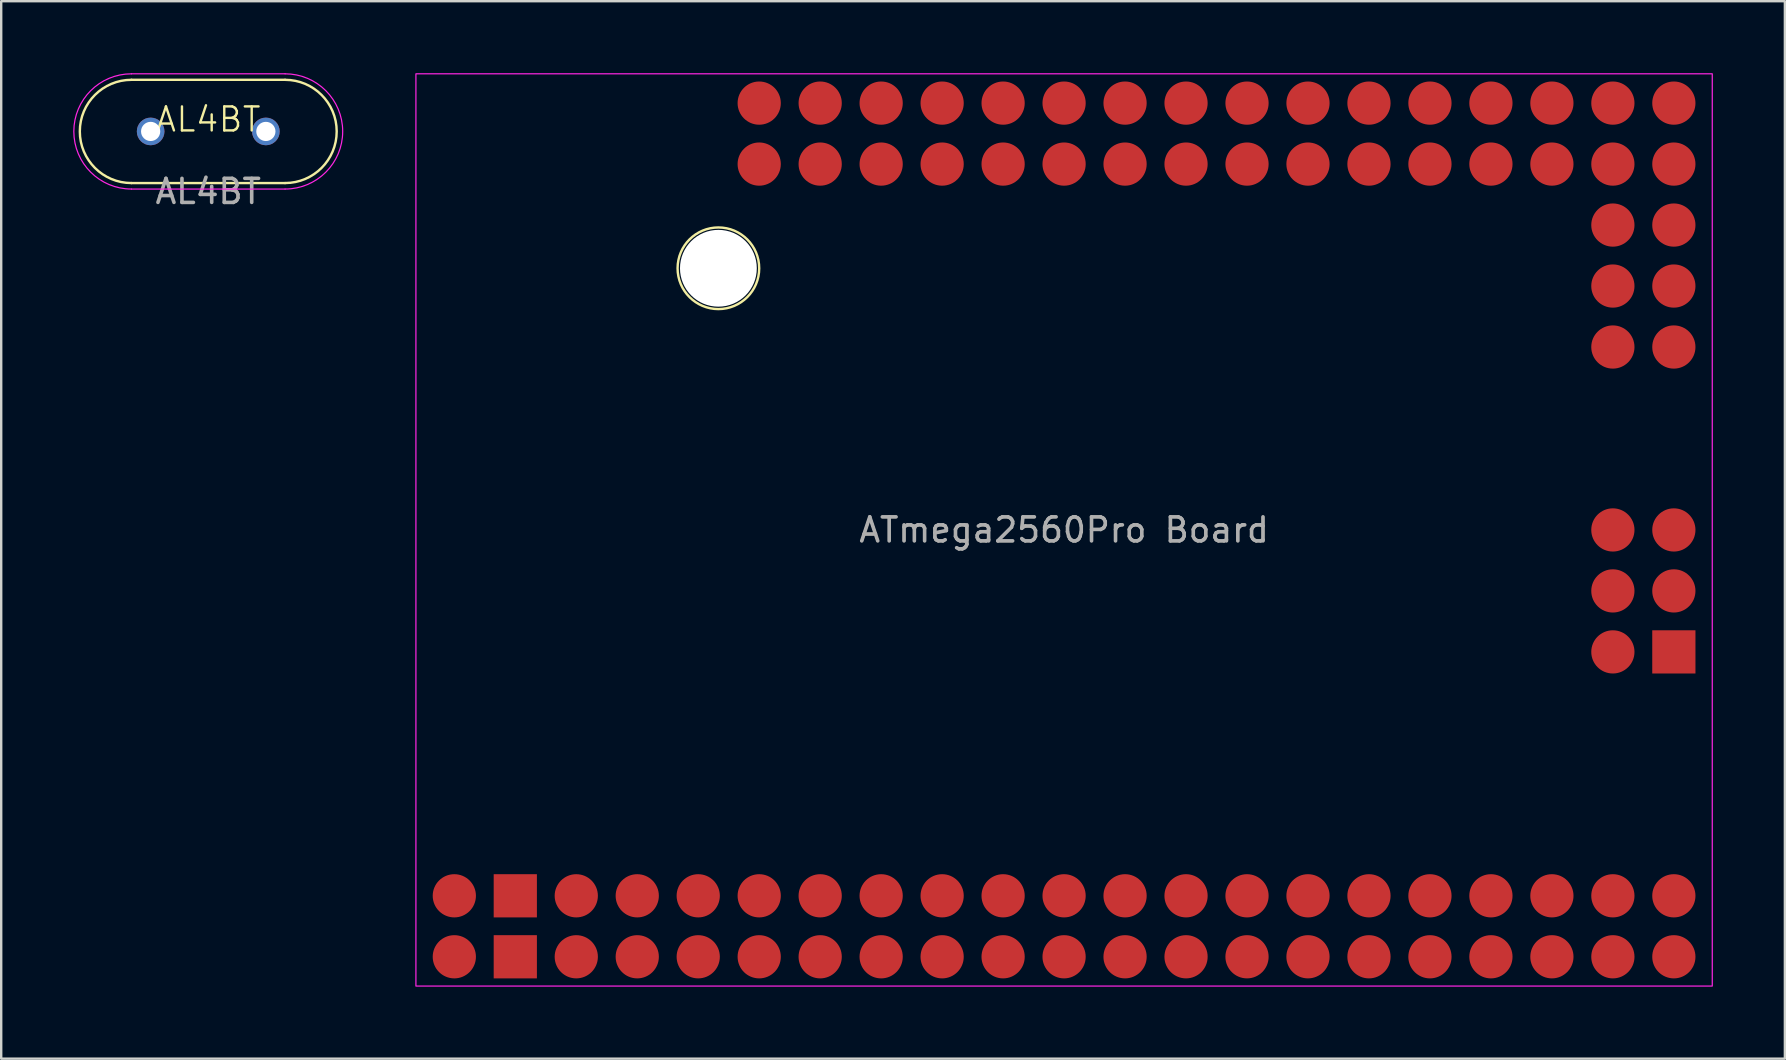
<source format=kicad_pcb>
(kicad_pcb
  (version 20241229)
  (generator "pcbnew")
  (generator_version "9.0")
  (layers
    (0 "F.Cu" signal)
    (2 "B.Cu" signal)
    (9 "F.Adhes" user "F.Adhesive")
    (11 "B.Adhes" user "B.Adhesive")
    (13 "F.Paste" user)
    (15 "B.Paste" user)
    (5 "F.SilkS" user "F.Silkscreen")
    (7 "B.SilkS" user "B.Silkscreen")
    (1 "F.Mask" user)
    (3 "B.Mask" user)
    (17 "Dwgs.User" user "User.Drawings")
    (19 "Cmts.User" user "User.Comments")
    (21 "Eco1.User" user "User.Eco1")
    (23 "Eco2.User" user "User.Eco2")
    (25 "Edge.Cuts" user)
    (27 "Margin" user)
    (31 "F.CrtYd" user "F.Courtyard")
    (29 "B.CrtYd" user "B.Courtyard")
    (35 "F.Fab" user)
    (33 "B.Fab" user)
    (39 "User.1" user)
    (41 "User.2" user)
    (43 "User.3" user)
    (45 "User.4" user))
  (footprint "AL4BT"
    (layer "F.Cu")
    (at 5.625 2.425)
    (property "Reference" "AL4BT" (at 0 -0.5 0) (unlocked yes) (layer "F.SilkS") (effects (font (size 1 1) (thickness 0.1))))
    (attr through_hole)
    (fp_line (start -3.2 -2.15) (end 3.2 -2.15) (stroke (width 0.1) (type default)) (layer "F.SilkS"))
    (fp_line (start -3.2 2.15) (end 3.2 2.15) (stroke (width 0.1) (type default)) (layer "F.SilkS"))
    (fp_arc (start -3.2 2.15) (mid -5.35 0) (end -3.2 -2.15) (stroke (width 0.1) (type default)) (layer "F.SilkS"))
    (fp_arc (start 3.2 -2.15) (mid 5.35 0) (end 3.2 2.15) (stroke (width 0.1) (type default)) (layer "F.SilkS"))
    (fp_line (start -3.2 -2.4) (end 3.2 -2.4) (stroke (width 0.05) (type default)) (layer "F.CrtYd"))
    (fp_line (start -3.2 2.4) (end 3.2 2.4) (stroke (width 0.05) (type default)) (layer "F.CrtYd"))
    (fp_arc (start -3.2 2.4) (mid -5.6 0) (end -3.2 -2.4) (stroke (width 0.05) (type default)) (layer "F.CrtYd"))
    (fp_arc (start 3.2 -2.4) (mid 5.6 0) (end 3.2 2.4) (stroke (width 0.05) (type default)) (layer "F.CrtYd"))
    (fp_text user "${REFERENCE}" (at 0 2.5 0) (unlocked yes) (layer "F.Fab") (effects (font (size 1 1) (thickness 0.15))))
    (pad "1" thru_hole circle (at -2.4 0) (size 1.15 1.15) (drill 0.8) (layers "*.Cu" "*.Mask"))
    (pad "2" thru_hole circle (at 2.4 0) (size 1.15 1.15) (drill 0.8) (layers "*.Cu" "*.Mask")))
  (footprint "ATmega2560Pro Board"
    (layer "F.Cu")
    (at 41.275 19.025)
    (property "Reference" "ATmega2560Pro Board" (at 0 0 0) (unlocked yes) (layer "F.SilkS") (effects (font (size 1 1) (thickness 0.1))))
    (attr smd)
    (fp_circle (center -14.4 -10.9) (end -12.7 -10.9) (stroke (width 0.1) (type default)) (fill no) (layer "F.SilkS"))
    (fp_rect (start -27 -19) (end 27 19) (stroke (width 0.05) (type default)) (fill no) (layer "F.CrtYd"))
    (fp_text user "${REFERENCE}" (at 0 0 0) (unlocked yes) (layer "F.Fab") (effects (font (size 1 1) (thickness 0.15))))
    (pad "" np_thru_hole circle (at -14.4 -10.9) (size 3.2 3.2) (drill 3.2) (layers "*.Cu" "*.Mask"))
    (pad "3V3" smd circle (at -17.78 15.24 180) (size 1.8 1.8) (layers "F.Cu" "F.Mask" "F.Paste"))
    (pad "3V3" smd circle (at -17.78 17.78 180) (size 1.8 1.8) (layers "F.Cu" "F.Mask" "F.Paste"))
    (pad "5V" smd oval (at -20.32 15.24 180) (size 1.8 1.8) (layers "F.Cu" "F.Mask" "F.Paste"))
    (pad "5V" smd oval (at -20.32 17.78 180) (size 1.8 1.8) (layers "F.Cu" "F.Mask" "F.Paste"))
    (pad "5V" smd circle (at 25.4 0 180) (size 1.8 1.8) (layers "F.Cu" "F.Mask" "F.Paste"))
    (pad "A0" smd circle (at -12.7 -17.78 180) (size 1.8 1.8) (layers "F.Cu" "F.Mask" "F.Paste"))
    (pad "A1" smd circle (at -12.7 -15.24 180) (size 1.8 1.8) (layers "F.Cu" "F.Mask" "F.Paste"))
    (pad "A2" smd circle (at -10.16 -17.78 180) (size 1.8 1.8) (layers "F.Cu" "F.Mask" "F.Paste"))
    (pad "A3" smd circle (at -10.16 -15.24 180) (size 1.8 1.8) (layers "F.Cu" "F.Mask" "F.Paste"))
    (pad "A4" smd circle (at -7.62 -17.78 180) (size 1.8 1.8) (layers "F.Cu" "F.Mask" "F.Paste"))
    (pad "A5" smd circle (at -7.62 -15.24 180) (size 1.8 1.8) (layers "F.Cu" "F.Mask" "F.Paste"))
    (pad "A6" smd circle (at -5.08 -17.78 180) (size 1.8 1.8) (layers "F.Cu" "F.Mask" "F.Paste"))
    (pad "A7" smd circle (at -5.08 -15.24 180) (size 1.8 1.8) (layers "F.Cu" "F.Mask" "F.Paste"))
    (pad "A8" smd circle (at -2.54 -17.78 180) (size 1.8 1.8) (layers "F.Cu" "F.Mask" "F.Paste"))
    (pad "A9" smd circle (at -2.54 -15.24 180) (size 1.8 1.8) (layers "F.Cu" "F.Mask" "F.Paste"))
    (pad "A10" smd circle (at 0 -17.78 180) (size 1.8 1.8) (layers "F.Cu" "F.Mask" "F.Paste"))
    (pad "A11" smd circle (at 0 -15.24 180) (size 1.8 1.8) (layers "F.Cu" "F.Mask" "F.Paste"))
    (pad "A12" smd circle (at 2.54 -17.78 180) (size 1.8 1.8) (layers "F.Cu" "F.Mask" "F.Paste"))
    (pad "A13" smd circle (at 2.54 -15.24 180) (size 1.8 1.8) (layers "F.Cu" "F.Mask" "F.Paste"))
    (pad "A14" smd circle (at 5.08 -17.78 180) (size 1.8 1.8) (layers "F.Cu" "F.Mask" "F.Paste"))
    (pad "A15" smd circle (at 5.08 -15.24 180) (size 1.8 1.8) (layers "F.Cu" "F.Mask" "F.Paste"))
    (pad "AREF" smd circle (at -15.24 15.24 180) (size 1.8 1.8) (layers "F.Cu" "F.Mask" "F.Paste"))
    (pad "D2" smd circle (at -10.16 15.24 180) (size 1.8 1.8) (layers "F.Cu" "F.Mask" "F.Paste"))
    (pad "D3" smd circle (at -10.16 17.78 180) (size 1.8 1.8) (layers "F.Cu" "F.Mask" "F.Paste"))
    (pad "D4" smd circle (at -7.62 15.24 180) (size 1.8 1.8) (layers "F.Cu" "F.Mask" "F.Paste"))
    (pad "D5" smd circle (at -7.62 17.78 180) (size 1.8 1.8) (layers "F.Cu" "F.Mask" "F.Paste"))
    (pad "D6" smd circle (at -5.08 15.24 180) (size 1.8 1.8) (layers "F.Cu" "F.Mask" "F.Paste"))
    (pad "D7" smd circle (at -5.08 17.78 180) (size 1.8 1.8) (layers "F.Cu" "F.Mask" "F.Paste"))
    (pad "D8" smd circle (at -2.54 15.24 180) (size 1.8 1.8) (layers "F.Cu" "F.Mask" "F.Paste"))
    (pad "D9" smd circle (at -2.54 17.78 180) (size 1.8 1.8) (layers "F.Cu" "F.Mask" "F.Paste"))
    (pad "D10" smd circle (at 0 15.24 180) (size 1.8 1.8) (layers "F.Cu" "F.Mask" "F.Paste"))
    (pad "D11" smd circle (at 0 17.78 180) (size 1.8 1.8) (layers "F.Cu" "F.Mask" "F.Paste"))
    (pad "D12" smd circle (at 2.54 15.24 180) (size 1.8 1.8) (layers "F.Cu" "F.Mask" "F.Paste"))
    (pad "D13" smd circle (at 2.54 17.78 180) (size 1.8 1.8) (layers "F.Cu" "F.Mask" "F.Paste"))
    (pad "D14" smd circle (at 5.08 15.24 180) (size 1.8 1.8) (layers "F.Cu" "F.Mask" "F.Paste"))
    (pad "D15" smd circle (at 5.08 17.78 180) (size 1.8 1.8) (layers "F.Cu" "F.Mask" "F.Paste"))
    (pad "D16" smd circle (at 7.62 15.24 180) (size 1.8 1.8) (layers "F.Cu" "F.Mask" "F.Paste"))
    (pad "D17" smd circle (at 7.62 17.78 180) (size 1.8 1.8) (layers "F.Cu" "F.Mask" "F.Paste"))
    (pad "D18" smd circle (at 10.16 15.24 180) (size 1.8 1.8) (layers "F.Cu" "F.Mask" "F.Paste"))
    (pad "D19" smd circle (at 10.16 17.78 180) (size 1.8 1.8) (layers "F.Cu" "F.Mask" "F.Paste"))
    (pad "D20" smd circle (at 12.7 15.24 180) (size 1.8 1.8) (layers "F.Cu" "F.Mask" "F.Paste"))
    (pad "D21" smd circle (at 12.7 17.78 180) (size 1.8 1.8) (layers "F.Cu" "F.Mask" "F.Paste"))
    (pad "D22" smd circle (at 15.24 15.24 180) (size 1.8 1.8) (layers "F.Cu" "F.Mask" "F.Paste"))
    (pad "D23" smd circle (at 15.24 17.78 180) (size 1.8 1.8) (layers "F.Cu" "F.Mask" "F.Paste"))
    (pad "D24" smd circle (at 17.78 15.24 180) (size 1.8 1.8) (layers "F.Cu" "F.Mask" "F.Paste"))
    (pad "D25" smd circle (at 17.78 17.78 180) (size 1.8 1.8) (layers "F.Cu" "F.Mask" "F.Paste"))
    (pad "D26" smd circle (at 20.32 15.24 180) (size 1.8 1.8) (layers "F.Cu" "F.Mask" "F.Paste"))
    (pad "D27" smd circle (at 20.32 17.78 180) (size 1.8 1.8) (layers "F.Cu" "F.Mask" "F.Paste"))
    (pad "D28" smd circle (at 22.86 15.24 180) (size 1.8 1.8) (layers "F.Cu" "F.Mask" "F.Paste"))
    (pad "D29" smd circle (at 22.86 17.78 180) (size 1.8 1.8) (layers "F.Cu" "F.Mask" "F.Paste"))
    (pad "D30" smd circle (at 25.4 15.24 180) (size 1.8 1.8) (layers "F.Cu" "F.Mask" "F.Paste"))
    (pad "D31" smd circle (at 25.4 17.78 180) (size 1.8 1.8) (layers "F.Cu" "F.Mask" "F.Paste"))
    (pad "D32" smd circle (at 7.62 -17.78 180) (size 1.8 1.8) (layers "F.Cu" "F.Mask" "F.Paste"))
    (pad "D33" smd circle (at 7.62 -15.24 180) (size 1.8 1.8) (layers "F.Cu" "F.Mask" "F.Paste"))
    (pad "D34" smd circle (at 10.16 -17.78 180) (size 1.8 1.8) (layers "F.Cu" "F.Mask" "F.Paste"))
    (pad "D35" smd circle (at 10.16 -15.24 180) (size 1.8 1.8) (layers "F.Cu" "F.Mask" "F.Paste"))
    (pad "D36" smd circle (at 12.7 -17.78 180) (size 1.8 1.8) (layers "F.Cu" "F.Mask" "F.Paste"))
    (pad "D37" smd circle (at 12.7 -15.24 180) (size 1.8 1.8) (layers "F.Cu" "F.Mask" "F.Paste"))
    (pad "D38" smd circle (at 15.24 -17.78 180) (size 1.8 1.8) (layers "F.Cu" "F.Mask" "F.Paste"))
    (pad "D39" smd circle (at 15.24 -15.24 180) (size 1.8 1.8) (layers "F.Cu" "F.Mask" "F.Paste"))
    (pad "D40" smd circle (at 17.78 -17.78 180) (size 1.8 1.8) (layers "F.Cu" "F.Mask" "F.Paste"))
    (pad "D41" smd circle (at 17.78 -15.24 180) (size 1.8 1.8) (layers "F.Cu" "F.Mask" "F.Paste"))
    (pad "D42" smd circle (at 20.32 -17.78 180) (size 1.8 1.8) (layers "F.Cu" "F.Mask" "F.Paste"))
    (pad "D43" smd circle (at 20.32 -15.24 180) (size 1.8 1.8) (layers "F.Cu" "F.Mask" "F.Paste"))
    (pad "D44" smd circle (at 22.86 -17.78 180) (size 1.8 1.8) (layers "F.Cu" "F.Mask" "F.Paste"))
    (pad "D45" smd circle (at 22.86 -15.24 180) (size 1.8 1.8) (layers "F.Cu" "F.Mask" "F.Paste"))
    (pad "D46" smd circle (at 25.4 -17.78 180) (size 1.8 1.8) (layers "F.Cu" "F.Mask" "F.Paste"))
    (pad "D47" smd circle (at 25.4 -15.24 180) (size 1.8 1.8) (layers "F.Cu" "F.Mask" "F.Paste"))
    (pad "D48" smd circle (at 25.4 -12.7 180) (size 1.8 1.8) (layers "F.Cu" "F.Mask" "F.Paste"))
    (pad "D49" smd circle (at 22.86 -12.7 180) (size 1.8 1.8) (layers "F.Cu" "F.Mask" "F.Paste"))
    (pad "D50" smd circle (at 25.4 -10.16 180) (size 1.8 1.8) (layers "F.Cu" "F.Mask" "F.Paste"))
    (pad "D51" smd circle (at 22.86 -10.16 180) (size 1.8 1.8) (layers "F.Cu" "F.Mask" "F.Paste"))
    (pad "D52" smd circle (at 25.4 -7.62 180) (size 1.8 1.8) (layers "F.Cu" "F.Mask" "F.Paste"))
    (pad "D53" smd circle (at 22.86 -7.62 180) (size 1.8 1.8) (layers "F.Cu" "F.Mask" "F.Paste"))
    (pad "GND" smd rect (at -22.86 15.24 180) (size 1.8 1.8) (layers "F.Cu" "F.Mask" "F.Paste"))
    (pad "GND" smd rect (at -22.86 17.78 180) (size 1.8 1.8) (layers "F.Cu" "F.Mask" "F.Paste"))
    (pad "GND" smd rect (at 25.4 5.08 180) (size 1.8 1.8) (layers "F.Cu" "F.Mask" "F.Paste"))
    (pad "MISO" smd circle (at 22.86 0 180) (size 1.8 1.8) (layers "F.Cu" "F.Mask" "F.Paste"))
    (pad "MOSI" smd circle (at 25.4 2.54 180) (size 1.8 1.8) (layers "F.Cu" "F.Mask" "F.Paste"))
    (pad "RESET" smd circle (at 22.86 5.08 180) (size 1.8 1.8) (layers "F.Cu" "F.Mask" "F.Paste"))
    (pad "RST" smd circle (at -15.24 17.78 180) (size 1.8 1.8) (layers "F.Cu" "F.Mask" "F.Paste"))
    (pad "RX" smd circle (at -12.7 15.24 180) (size 1.8 1.8) (layers "F.Cu" "F.Mask" "F.Paste"))
    (pad "SCK" smd circle (at 22.86 2.54 180) (size 1.8 1.8) (layers "F.Cu" "F.Mask" "F.Paste"))
    (pad "TX" smd circle (at -12.7 17.78 180) (size 1.8 1.8) (layers "F.Cu" "F.Mask" "F.Paste"))
    (pad "VIN" smd circle (at -25.4 15.24 180) (size 1.8 1.8) (layers "F.Cu" "F.Mask" "F.Paste"))
    (pad "VIN" smd circle (at -25.4 17.78 180) (size 1.8 1.8) (layers "F.Cu" "F.Mask" "F.Paste")))
  (gr_rect
    (start -3 -3)
    (end 71.3 41.05)
    (stroke (width 0.1) (type default))
    (fill no)
    (layer "Edge.Cuts")))
</source>
